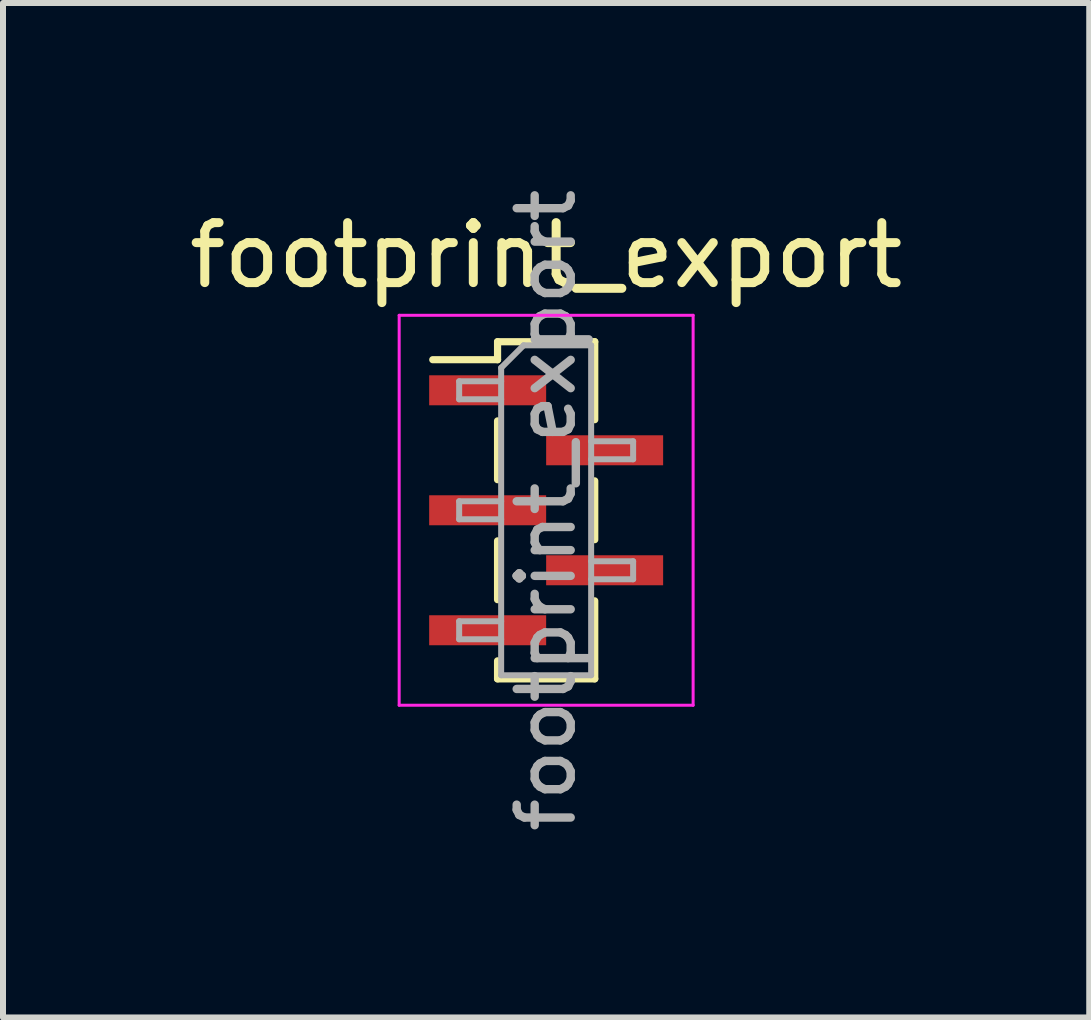
<source format=kicad_pcb>
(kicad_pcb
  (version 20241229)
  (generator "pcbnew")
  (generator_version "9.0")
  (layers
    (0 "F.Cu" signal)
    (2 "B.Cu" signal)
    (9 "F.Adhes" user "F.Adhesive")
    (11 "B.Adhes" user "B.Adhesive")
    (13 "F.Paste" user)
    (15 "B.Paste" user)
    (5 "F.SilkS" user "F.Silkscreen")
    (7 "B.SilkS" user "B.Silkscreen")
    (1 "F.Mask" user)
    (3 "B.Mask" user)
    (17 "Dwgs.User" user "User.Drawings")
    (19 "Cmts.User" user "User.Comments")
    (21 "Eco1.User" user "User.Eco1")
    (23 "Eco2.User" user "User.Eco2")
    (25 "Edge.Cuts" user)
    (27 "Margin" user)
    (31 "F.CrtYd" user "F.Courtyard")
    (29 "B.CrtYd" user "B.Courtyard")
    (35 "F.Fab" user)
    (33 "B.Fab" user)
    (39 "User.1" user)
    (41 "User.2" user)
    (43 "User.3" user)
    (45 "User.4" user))
  (footprint "footprint_export"
    (layer "F.Cu")
    (at 6.054 5.456)
    (property "Reference" "footprint_export" (at 0 -4.25 0) (layer "F.SilkS") (effects (font (size 1 1) (thickness 0.15))))
    (attr smd)
    (fp_line (start -1.89 -2.51) (end -0.81 -2.51) (stroke (width 0.12) (type solid)) (layer "F.SilkS"))
    (fp_line (start -0.81 -2.81) (end -0.81 -2.51) (stroke (width 0.12) (type solid)) (layer "F.SilkS"))
    (fp_line (start -0.81 -2.81) (end 0.81 -2.81) (stroke (width 0.12) (type solid)) (layer "F.SilkS"))
    (fp_line (start -0.81 -1.49) (end -0.81 -0.51) (stroke (width 0.12) (type solid)) (layer "F.SilkS"))
    (fp_line (start -0.81 0.51) (end -0.81 1.49) (stroke (width 0.12) (type solid)) (layer "F.SilkS"))
    (fp_line (start -0.81 2.51) (end -0.81 2.81) (stroke (width 0.12) (type solid)) (layer "F.SilkS"))
    (fp_line (start -0.81 2.81) (end 0.81 2.81) (stroke (width 0.12) (type solid)) (layer "F.SilkS"))
    (fp_line (start 0.81 -2.81) (end 0.81 -1.51) (stroke (width 0.12) (type solid)) (layer "F.SilkS"))
    (fp_line (start 0.81 -0.49) (end 0.81 0.49) (stroke (width 0.12) (type solid)) (layer "F.SilkS"))
    (fp_line (start 0.81 1.51) (end 0.81 2.81) (stroke (width 0.12) (type solid)) (layer "F.SilkS"))
    (fp_line (start -2.45 -3.25) (end 2.45 -3.25) (stroke (width 0.05) (type solid)) (layer "F.CrtYd"))
    (fp_line (start -2.45 3.25) (end -2.45 -3.25) (stroke (width 0.05) (type solid)) (layer "F.CrtYd"))
    (fp_line (start 2.45 -3.25) (end 2.45 3.25) (stroke (width 0.05) (type solid)) (layer "F.CrtYd"))
    (fp_line (start 2.45 3.25) (end -2.45 3.25) (stroke (width 0.05) (type solid)) (layer "F.CrtYd"))
    (fp_line (start -1.45 -2.15) (end -0.75 -2.15) (stroke (width 0.1) (type solid)) (layer "F.Fab"))
    (fp_line (start -1.45 -1.85) (end -1.45 -2.15) (stroke (width 0.1) (type solid)) (layer "F.Fab"))
    (fp_line (start -1.45 -0.15) (end -0.75 -0.15) (stroke (width 0.1) (type solid)) (layer "F.Fab"))
    (fp_line (start -1.45 0.15) (end -1.45 -0.15) (stroke (width 0.1) (type solid)) (layer "F.Fab"))
    (fp_line (start -1.45 1.85) (end -0.75 1.85) (stroke (width 0.1) (type solid)) (layer "F.Fab"))
    (fp_line (start -1.45 2.15) (end -1.45 1.85) (stroke (width 0.1) (type solid)) (layer "F.Fab"))
    (fp_line (start -0.75 -2.375) (end -0.375 -2.75) (stroke (width 0.1) (type solid)) (layer "F.Fab"))
    (fp_line (start -0.75 -1.85) (end -1.45 -1.85) (stroke (width 0.1) (type solid)) (layer "F.Fab"))
    (fp_line (start -0.75 0.15) (end -1.45 0.15) (stroke (width 0.1) (type solid)) (layer "F.Fab"))
    (fp_line (start -0.75 2.15) (end -1.45 2.15) (stroke (width 0.1) (type solid)) (layer "F.Fab"))
    (fp_line (start -0.75 2.75) (end -0.75 -2.375) (stroke (width 0.1) (type solid)) (layer "F.Fab"))
    (fp_line (start -0.375 -2.75) (end 0.75 -2.75) (stroke (width 0.1) (type solid)) (layer "F.Fab"))
    (fp_line (start 0.75 -2.75) (end 0.75 2.75) (stroke (width 0.1) (type solid)) (layer "F.Fab"))
    (fp_line (start 0.75 -1.15) (end 1.45 -1.15) (stroke (width 0.1) (type solid)) (layer "F.Fab"))
    (fp_line (start 0.75 0.85) (end 1.45 0.85) (stroke (width 0.1) (type solid)) (layer "F.Fab"))
    (fp_line (start 0.75 2.75) (end -0.75 2.75) (stroke (width 0.1) (type solid)) (layer "F.Fab"))
    (fp_line (start 1.45 -1.15) (end 1.45 -0.85) (stroke (width 0.1) (type solid)) (layer "F.Fab"))
    (fp_line (start 1.45 -0.85) (end 0.75 -0.85) (stroke (width 0.1) (type solid)) (layer "F.Fab"))
    (fp_line (start 1.45 0.85) (end 1.45 1.15) (stroke (width 0.1) (type solid)) (layer "F.Fab"))
    (fp_line (start 1.45 1.15) (end 0.75 1.15) (stroke (width 0.1) (type solid)) (layer "F.Fab"))
    (fp_text user "${REFERENCE}" (at 0 0 90) (layer "F.Fab") (effects (font (size 0.9 0.9) (thickness 0.14))))
    (pad "1" smd rect (at -0.975 -2) (size 1.95 0.5) (layers "F.Cu" "F.Mask" "F.Paste"))
    (pad "2" smd rect (at 0.975 -1) (size 1.95 0.5) (layers "F.Cu" "F.Mask" "F.Paste"))
    (pad "3" smd rect (at -0.975 0) (size 1.95 0.5) (layers "F.Cu" "F.Mask" "F.Paste"))
    (pad "4" smd rect (at 0.975 1) (size 1.95 0.5) (layers "F.Cu" "F.Mask" "F.Paste"))
    (pad "5" smd rect (at -0.975 2) (size 1.95 0.5) (layers "F.Cu" "F.Mask" "F.Paste")))
  (gr_rect
    (start -3 -3)
    (end 15.107 13.911)
    (stroke (width 0.1) (type default))
    (fill no)
    (layer "Edge.Cuts")))
</source>
